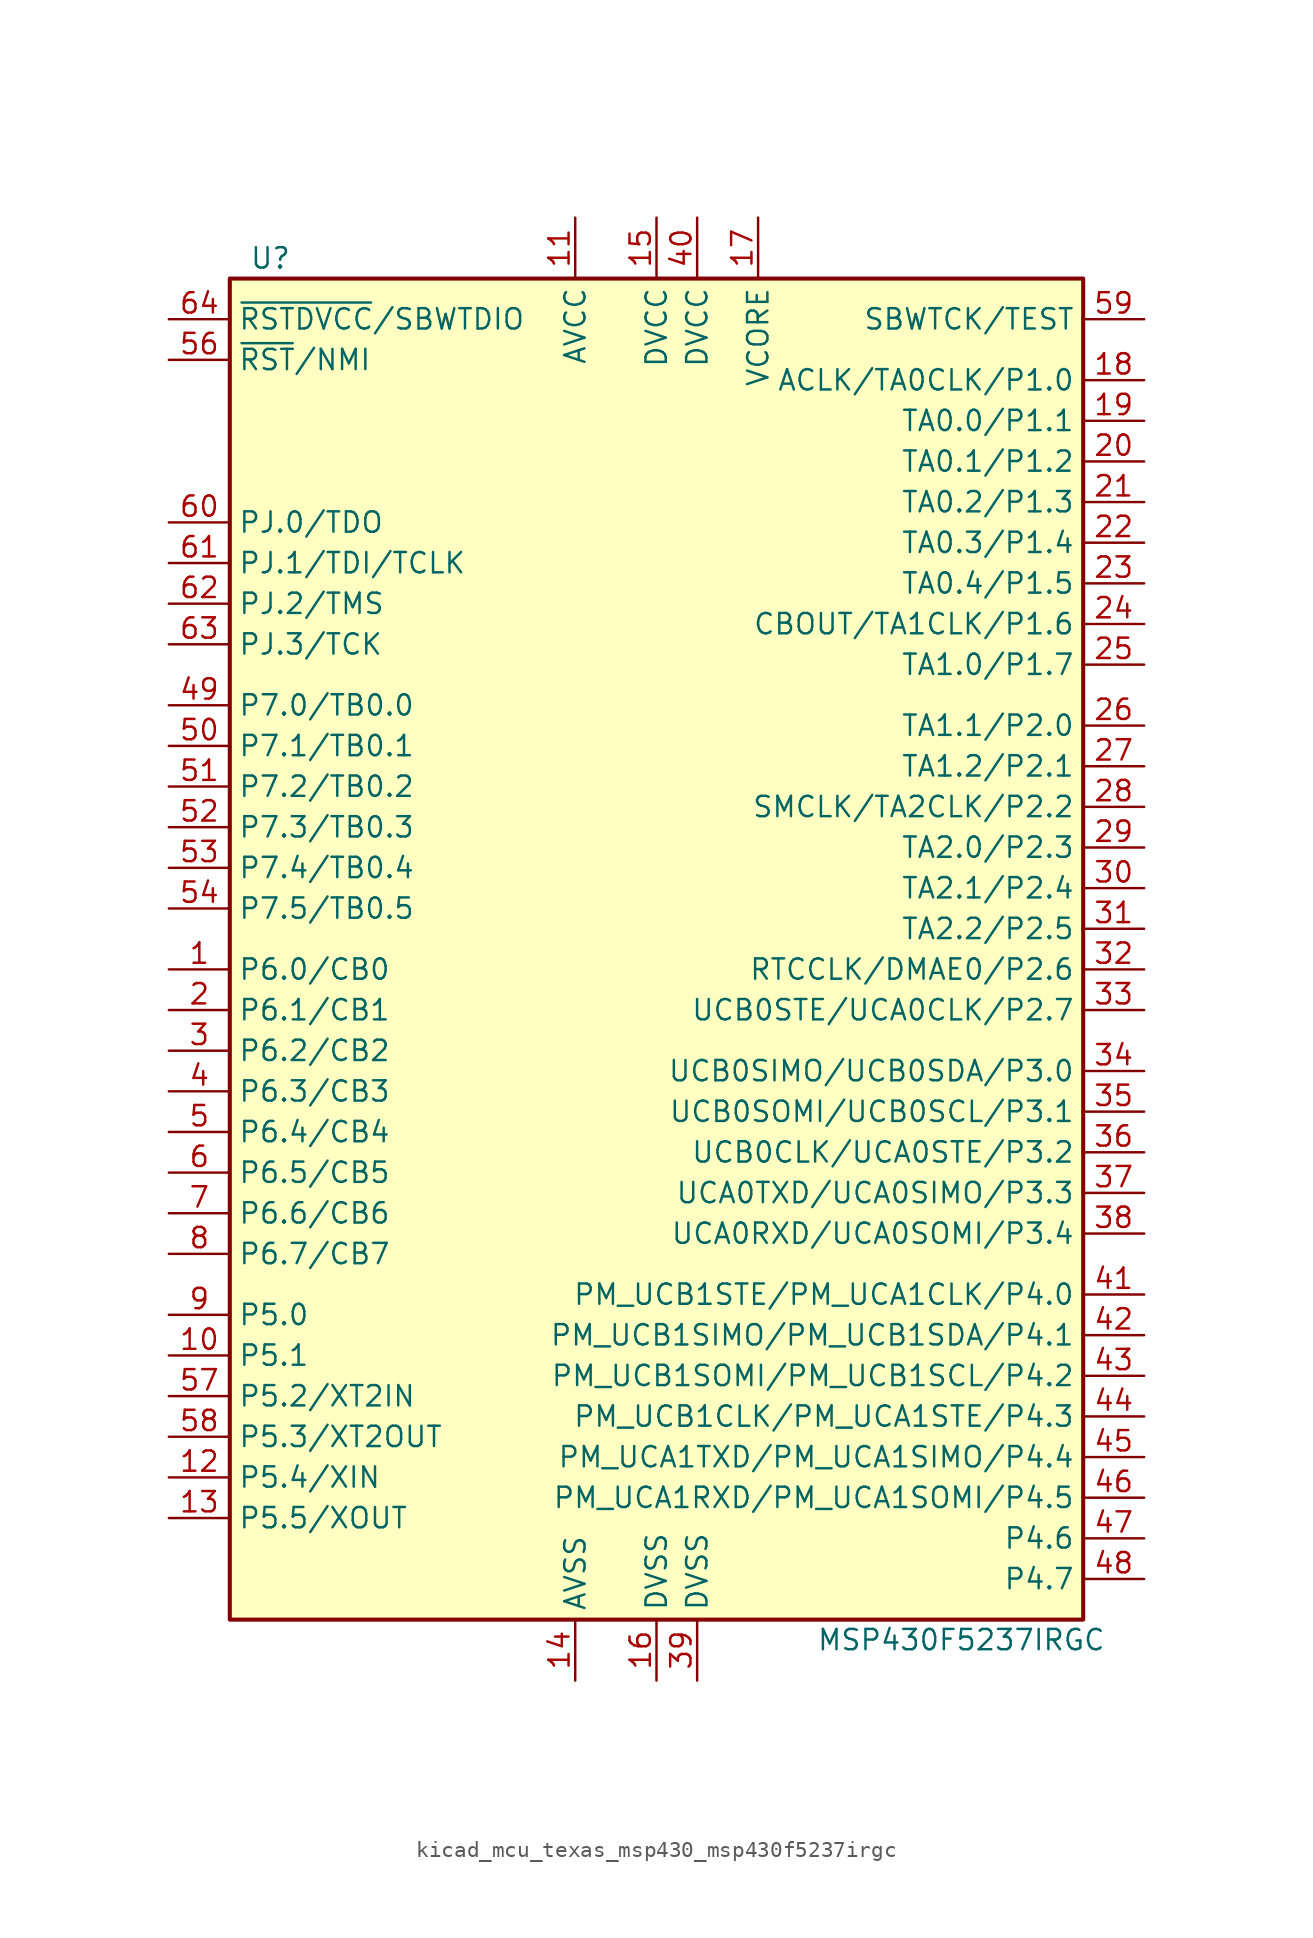
<source format=kicad_sym>
(kicad_symbol_lib
  (version 20220914)
  (generator kicad_symbol_editor)
  (symbol "kicad_mcu_texas_msp430_msp430f5237irgc"
    (property "Reference" "U"
      (at -24.13 43.18 0)
      (effects (font (size 1.27 1.27))))
    (property "Value" "MSP430F5237IRGC"
      (at 19.05 -43.18 0)
      (effects (font (size 1.27 1.27))))
    (symbol "kicad_mcu_texas_msp430_msp430f5237irgc_0_1"
      (rectangle (start -26.67 41.91) (end 26.67 -41.91) (stroke (width 0.254) (type default)) (fill (type background))))
    (symbol "kicad_mcu_texas_msp430_msp430f5237irgc_1_1"
      (pin bidirectional line (at -30.48 -1.27 0) (length 3.81) (name "P6.0/CB0" (effects (font (size 1.27 1.27)))) (number "1" (effects (font (size 1.27 1.27)))))
      (pin bidirectional line (at -30.48 -25.4 0) (length 3.81) (name "P5.1" (effects (font (size 1.27 1.27)))) (number "10" (effects (font (size 1.27 1.27)))))
      (pin power_in line (at -5.08 45.72 270) (length 3.81) (name "AVCC" (effects (font (size 1.27 1.27)))) (number "11" (effects (font (size 1.27 1.27)))))
      (pin bidirectional line (at -30.48 -33.02 0) (length 3.81) (name "P5.4/XIN" (effects (font (size 1.27 1.27)))) (number "12" (effects (font (size 1.27 1.27)))))
      (pin bidirectional line (at -30.48 -35.56 0) (length 3.81) (name "P5.5/XOUT" (effects (font (size 1.27 1.27)))) (number "13" (effects (font (size 1.27 1.27)))))
      (pin power_in line (at -5.08 -45.72 90) (length 3.81) (name "AVSS" (effects (font (size 1.27 1.27)))) (number "14" (effects (font (size 1.27 1.27)))))
      (pin power_in line (at 0 45.72 270) (length 3.81) (name "DVCC" (effects (font (size 1.27 1.27)))) (number "15" (effects (font (size 1.27 1.27)))))
      (pin power_in line (at 0 -45.72 90) (length 3.81) (name "DVSS" (effects (font (size 1.27 1.27)))) (number "16" (effects (font (size 1.27 1.27)))))
      (pin power_in line (at 6.35 45.72 270) (length 3.81) (name "VCORE" (effects (font (size 1.27 1.27)))) (number "17" (effects (font (size 1.27 1.27)))))
      (pin bidirectional line (at 30.48 35.56 180) (length 3.81) (name "ACLK/TA0CLK/P1.0" (effects (font (size 1.27 1.27)))) (number "18" (effects (font (size 1.27 1.27)))))
      (pin bidirectional line (at 30.48 33.02 180) (length 3.81) (name "TA0.0/P1.1" (effects (font (size 1.27 1.27)))) (number "19" (effects (font (size 1.27 1.27)))))
      (pin bidirectional line (at -30.48 -3.81 0) (length 3.81) (name "P6.1/CB1" (effects (font (size 1.27 1.27)))) (number "2" (effects (font (size 1.27 1.27)))))
      (pin bidirectional line (at 30.48 30.48 180) (length 3.81) (name "TA0.1/P1.2" (effects (font (size 1.27 1.27)))) (number "20" (effects (font (size 1.27 1.27)))))
      (pin bidirectional line (at 30.48 27.94 180) (length 3.81) (name "TA0.2/P1.3" (effects (font (size 1.27 1.27)))) (number "21" (effects (font (size 1.27 1.27)))))
      (pin bidirectional line (at 30.48 25.4 180) (length 3.81) (name "TA0.3/P1.4" (effects (font (size 1.27 1.27)))) (number "22" (effects (font (size 1.27 1.27)))))
      (pin bidirectional line (at 30.48 22.86 180) (length 3.81) (name "TA0.4/P1.5" (effects (font (size 1.27 1.27)))) (number "23" (effects (font (size 1.27 1.27)))))
      (pin bidirectional line (at 30.48 20.32 180) (length 3.81) (name "CBOUT/TA1CLK/P1.6" (effects (font (size 1.27 1.27)))) (number "24" (effects (font (size 1.27 1.27)))))
      (pin bidirectional line (at 30.48 17.78 180) (length 3.81) (name "TA1.0/P1.7" (effects (font (size 1.27 1.27)))) (number "25" (effects (font (size 1.27 1.27)))))
      (pin bidirectional line (at 30.48 13.97 180) (length 3.81) (name "TA1.1/P2.0" (effects (font (size 1.27 1.27)))) (number "26" (effects (font (size 1.27 1.27)))))
      (pin bidirectional line (at 30.48 11.43 180) (length 3.81) (name "TA1.2/P2.1" (effects (font (size 1.27 1.27)))) (number "27" (effects (font (size 1.27 1.27)))))
      (pin bidirectional line (at 30.48 8.89 180) (length 3.81) (name "SMCLK/TA2CLK/P2.2" (effects (font (size 1.27 1.27)))) (number "28" (effects (font (size 1.27 1.27)))))
      (pin bidirectional line (at 30.48 6.35 180) (length 3.81) (name "TA2.0/P2.3" (effects (font (size 1.27 1.27)))) (number "29" (effects (font (size 1.27 1.27)))))
      (pin bidirectional line (at -30.48 -6.35 0) (length 3.81) (name "P6.2/CB2" (effects (font (size 1.27 1.27)))) (number "3" (effects (font (size 1.27 1.27)))))
      (pin bidirectional line (at 30.48 3.81 180) (length 3.81) (name "TA2.1/P2.4" (effects (font (size 1.27 1.27)))) (number "30" (effects (font (size 1.27 1.27)))))
      (pin bidirectional line (at 30.48 1.27 180) (length 3.81) (name "TA2.2/P2.5" (effects (font (size 1.27 1.27)))) (number "31" (effects (font (size 1.27 1.27)))))
      (pin bidirectional line (at 30.48 -1.27 180) (length 3.81) (name "RTCCLK/DMAE0/P2.6" (effects (font (size 1.27 1.27)))) (number "32" (effects (font (size 1.27 1.27)))))
      (pin bidirectional line (at 30.48 -3.81 180) (length 3.81) (name "UCB0STE/UCA0CLK/P2.7" (effects (font (size 1.27 1.27)))) (number "33" (effects (font (size 1.27 1.27)))))
      (pin bidirectional line (at 30.48 -7.62 180) (length 3.81) (name "UCB0SIMO/UCB0SDA/P3.0" (effects (font (size 1.27 1.27)))) (number "34" (effects (font (size 1.27 1.27)))))
      (pin bidirectional line (at 30.48 -10.16 180) (length 3.81) (name "UCB0SOMI/UCB0SCL/P3.1" (effects (font (size 1.27 1.27)))) (number "35" (effects (font (size 1.27 1.27)))))
      (pin bidirectional line (at 30.48 -12.7 180) (length 3.81) (name "UCB0CLK/UCA0STE/P3.2" (effects (font (size 1.27 1.27)))) (number "36" (effects (font (size 1.27 1.27)))))
      (pin bidirectional line (at 30.48 -15.24 180) (length 3.81) (name "UCA0TXD/UCA0SIMO/P3.3" (effects (font (size 1.27 1.27)))) (number "37" (effects (font (size 1.27 1.27)))))
      (pin bidirectional line (at 30.48 -17.78 180) (length 3.81) (name "UCA0RXD/UCA0SOMI/P3.4" (effects (font (size 1.27 1.27)))) (number "38" (effects (font (size 1.27 1.27)))))
      (pin power_in line (at 2.54 -45.72 90) (length 3.81) (name "DVSS" (effects (font (size 1.27 1.27)))) (number "39" (effects (font (size 1.27 1.27)))))
      (pin bidirectional line (at -30.48 -8.89 0) (length 3.81) (name "P6.3/CB3" (effects (font (size 1.27 1.27)))) (number "4" (effects (font (size 1.27 1.27)))))
      (pin power_in line (at 2.54 45.72 270) (length 3.81) (name "DVCC" (effects (font (size 1.27 1.27)))) (number "40" (effects (font (size 1.27 1.27)))))
      (pin bidirectional line (at 30.48 -21.59 180) (length 3.81) (name "PM_UCB1STE/PM_UCA1CLK/P4.0" (effects (font (size 1.27 1.27)))) (number "41" (effects (font (size 1.27 1.27)))))
      (pin bidirectional line (at 30.48 -24.13 180) (length 3.81) (name "PM_UCB1SIMO/PM_UCB1SDA/P4.1" (effects (font (size 1.27 1.27)))) (number "42" (effects (font (size 1.27 1.27)))))
      (pin bidirectional line (at 30.48 -26.67 180) (length 3.81) (name "PM_UCB1SOMI/PM_UCB1SCL/P4.2" (effects (font (size 1.27 1.27)))) (number "43" (effects (font (size 1.27 1.27)))))
      (pin bidirectional line (at 30.48 -29.21 180) (length 3.81) (name "PM_UCB1CLK/PM_UCA1STE/P4.3" (effects (font (size 1.27 1.27)))) (number "44" (effects (font (size 1.27 1.27)))))
      (pin bidirectional line (at 30.48 -31.75 180) (length 3.81) (name "PM_UCA1TXD/PM_UCA1SIMO/P4.4" (effects (font (size 1.27 1.27)))) (number "45" (effects (font (size 1.27 1.27)))))
      (pin bidirectional line (at 30.48 -34.29 180) (length 3.81) (name "PM_UCA1RXD/PM_UCA1SOMI/P4.5" (effects (font (size 1.27 1.27)))) (number "46" (effects (font (size 1.27 1.27)))))
      (pin bidirectional line (at 30.48 -36.83 180) (length 3.81) (name "P4.6" (effects (font (size 1.27 1.27)))) (number "47" (effects (font (size 1.27 1.27)))))
      (pin bidirectional line (at 30.48 -39.37 180) (length 3.81) (name "P4.7" (effects (font (size 1.27 1.27)))) (number "48" (effects (font (size 1.27 1.27)))))
      (pin bidirectional line (at -30.48 15.24 0) (length 3.81) (name "P7.0/TB0.0" (effects (font (size 1.27 1.27)))) (number "49" (effects (font (size 1.27 1.27)))))
      (pin bidirectional line (at -30.48 -11.43 0) (length 3.81) (name "P6.4/CB4" (effects (font (size 1.27 1.27)))) (number "5" (effects (font (size 1.27 1.27)))))
      (pin bidirectional line (at -30.48 12.7 0) (length 3.81) (name "P7.1/TB0.1" (effects (font (size 1.27 1.27)))) (number "50" (effects (font (size 1.27 1.27)))))
      (pin bidirectional line (at -30.48 10.16 0) (length 3.81) (name "P7.2/TB0.2" (effects (font (size 1.27 1.27)))) (number "51" (effects (font (size 1.27 1.27)))))
      (pin bidirectional line (at -30.48 7.62 0) (length 3.81) (name "P7.3/TB0.3" (effects (font (size 1.27 1.27)))) (number "52" (effects (font (size 1.27 1.27)))))
      (pin bidirectional line (at -30.48 5.08 0) (length 3.81) (name "P7.4/TB0.4" (effects (font (size 1.27 1.27)))) (number "53" (effects (font (size 1.27 1.27)))))
      (pin bidirectional line (at -30.48 2.54 0) (length 3.81) (name "P7.5/TB0.5" (effects (font (size 1.27 1.27)))) (number "54" (effects (font (size 1.27 1.27)))))
      (pin input line (at -30.48 36.83 0) (length 3.81) (name "~{RST}/NMI" (effects (font (size 1.27 1.27)))) (number "56" (effects (font (size 1.27 1.27)))))
      (pin bidirectional line (at -30.48 -27.94 0) (length 3.81) (name "P5.2/XT2IN" (effects (font (size 1.27 1.27)))) (number "57" (effects (font (size 1.27 1.27)))))
      (pin bidirectional line (at -30.48 -30.48 0) (length 3.81) (name "P5.3/XT2OUT" (effects (font (size 1.27 1.27)))) (number "58" (effects (font (size 1.27 1.27)))))
      (pin input line (at 30.48 39.37 180) (length 3.81) (name "SBWTCK/TEST" (effects (font (size 1.27 1.27)))) (number "59" (effects (font (size 1.27 1.27)))))
      (pin bidirectional line (at -30.48 -13.97 0) (length 3.81) (name "P6.5/CB5" (effects (font (size 1.27 1.27)))) (number "6" (effects (font (size 1.27 1.27)))))
      (pin bidirectional line (at -30.48 26.67 0) (length 3.81) (name "PJ.0/TDO" (effects (font (size 1.27 1.27)))) (number "60" (effects (font (size 1.27 1.27)))))
      (pin bidirectional line (at -30.48 24.13 0) (length 3.81) (name "PJ.1/TDI/TCLK" (effects (font (size 1.27 1.27)))) (number "61" (effects (font (size 1.27 1.27)))))
      (pin bidirectional line (at -30.48 21.59 0) (length 3.81) (name "PJ.2/TMS" (effects (font (size 1.27 1.27)))) (number "62" (effects (font (size 1.27 1.27)))))
      (pin bidirectional line (at -30.48 19.05 0) (length 3.81) (name "PJ.3/TCK" (effects (font (size 1.27 1.27)))) (number "63" (effects (font (size 1.27 1.27)))))
      (pin bidirectional line (at -30.48 39.37 0) (length 3.81) (name "~{RSTDVCC}/SBWTDIO" (effects (font (size 1.27 1.27)))) (number "64" (effects (font (size 1.27 1.27)))))
      (pin bidirectional line (at -30.48 -16.51 0) (length 3.81) (name "P6.6/CB6" (effects (font (size 1.27 1.27)))) (number "7" (effects (font (size 1.27 1.27)))))
      (pin bidirectional line (at -30.48 -19.05 0) (length 3.81) (name "P6.7/CB7" (effects (font (size 1.27 1.27)))) (number "8" (effects (font (size 1.27 1.27)))))
      (pin bidirectional line (at -30.48 -22.86 0) (length 3.81) (name "P5.0" (effects (font (size 1.27 1.27)))) (number "9" (effects (font (size 1.27 1.27))))))))
</source>
